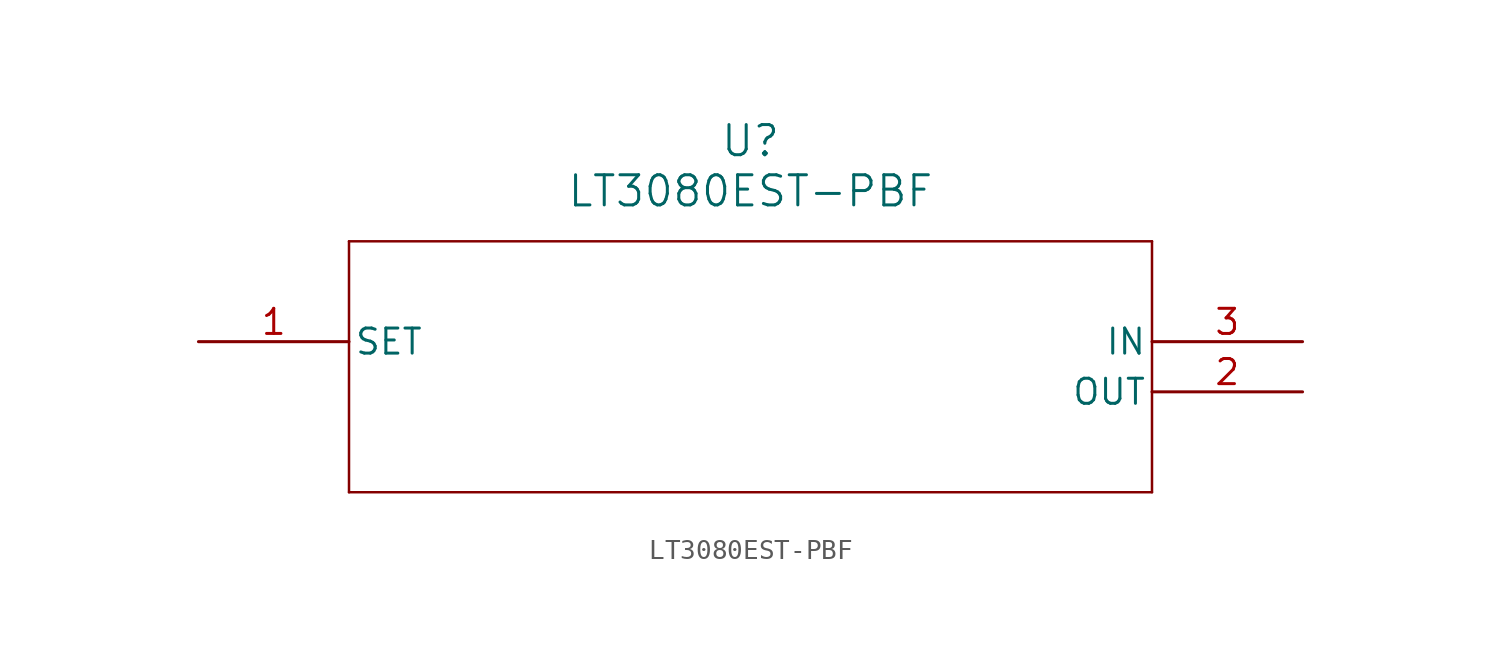
<source format=kicad_sym>
(kicad_symbol_lib
  (version 20211014)
  (generator kicad_symbol_editor)
  (symbol "LT3080EST-PBF"
    (pin_names
      (offset 0.254))
    (property "Reference" "U"
      (at 27.94 10.16 0)
      (effects (font (size 1.524 1.524))))
    (property "Value" "LT3080EST-PBF"
      (at 27.94 7.62 0)
      (effects (font (size 1.524 1.524))))
    (symbol "LT3080EST-PBF_0_1"
      (polyline (pts (xy 7.62 5.08) (xy 7.62 -7.62)) (stroke (width 0.127) (type default) (color 0 0 0 0)) (fill (type none)))
      (polyline (pts (xy 7.62 -7.62) (xy 48.26 -7.62)) (stroke (width 0.127) (type default) (color 0 0 0 0)) (fill (type none)))
      (polyline (pts (xy 48.26 -7.62) (xy 48.26 5.08)) (stroke (width 0.127) (type default) (color 0 0 0 0)) (fill (type none)))
      (polyline (pts (xy 48.26 5.08) (xy 7.62 5.08)) (stroke (width 0.127) (type default) (color 0 0 0 0)) (fill (type none)))
      (pin input line (at 0 0 0) (length 7.62) (name "SET" (effects (font (size 1.27 1.27)))) (number "1" (effects (font (size 1.27 1.27)))))
      (pin output line (at 55.88 -2.54 180) (length 7.62) (name "OUT" (effects (font (size 1.27 1.27)))) (number "2" (effects (font (size 1.27 1.27)))))
      (pin power_in line (at 55.88 0 180) (length 7.62) (name "IN" (effects (font (size 1.27 1.27)))) (number "3" (effects (font (size 1.27 1.27))))))))
</source>
